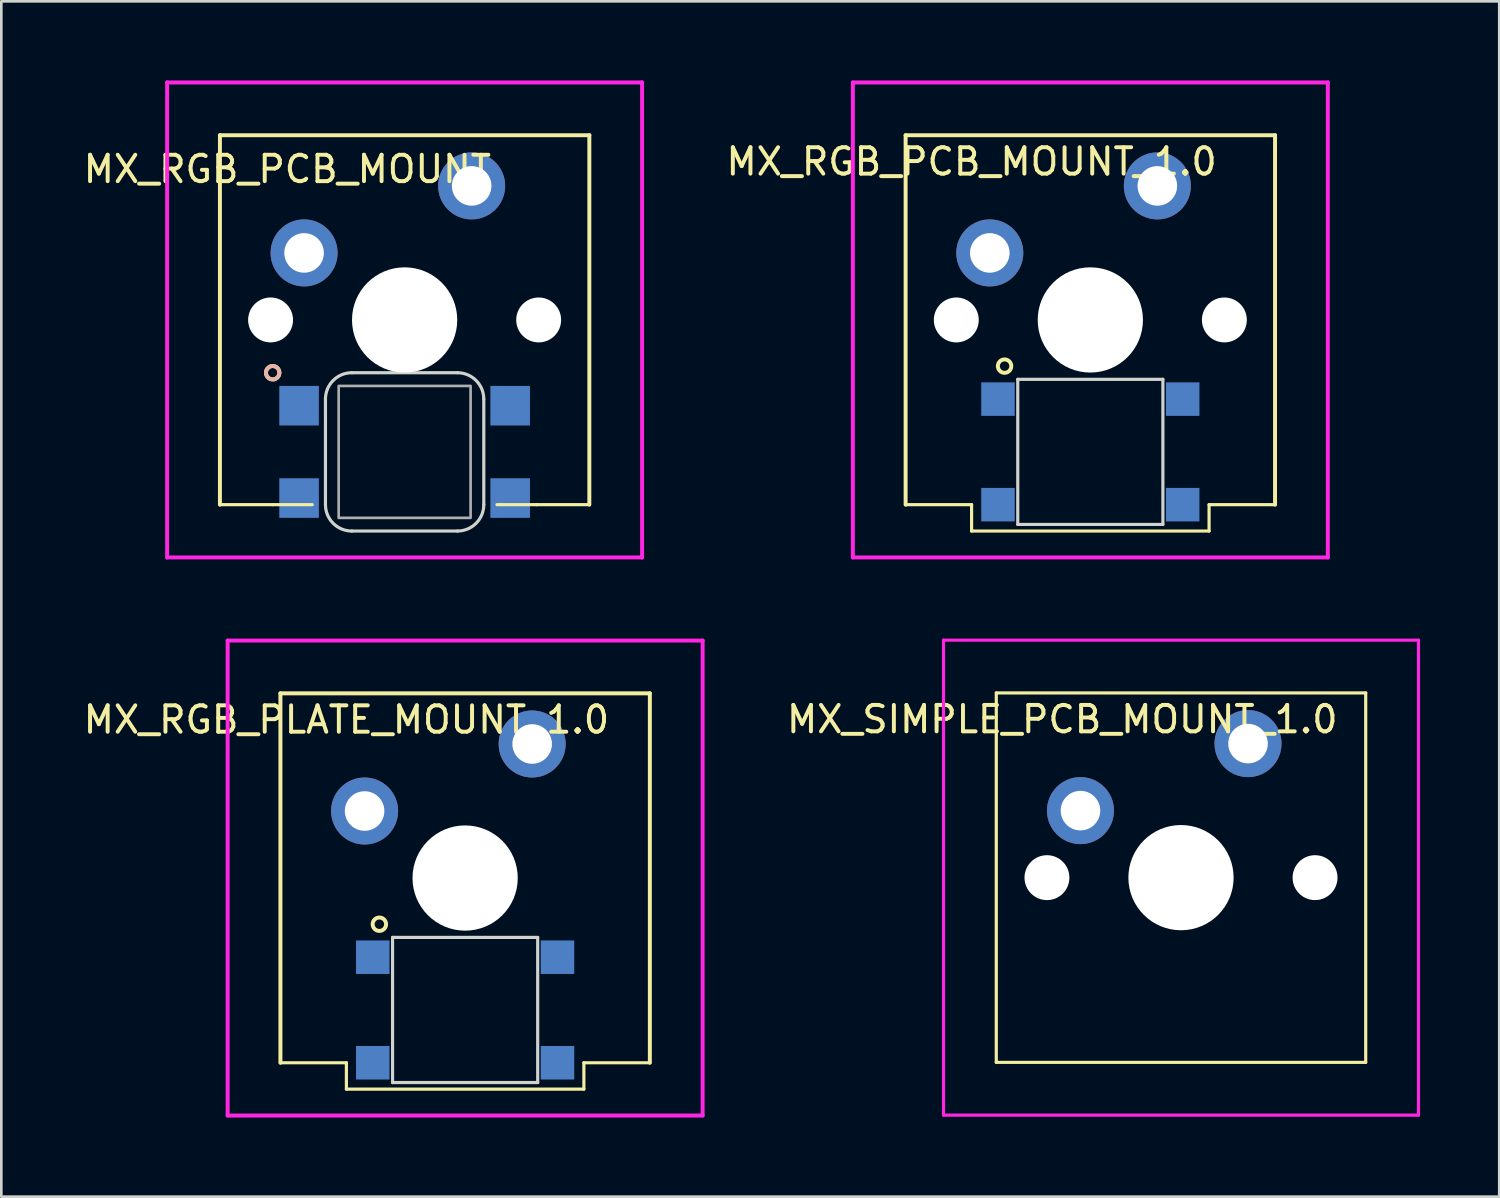
<source format=kicad_pcb>
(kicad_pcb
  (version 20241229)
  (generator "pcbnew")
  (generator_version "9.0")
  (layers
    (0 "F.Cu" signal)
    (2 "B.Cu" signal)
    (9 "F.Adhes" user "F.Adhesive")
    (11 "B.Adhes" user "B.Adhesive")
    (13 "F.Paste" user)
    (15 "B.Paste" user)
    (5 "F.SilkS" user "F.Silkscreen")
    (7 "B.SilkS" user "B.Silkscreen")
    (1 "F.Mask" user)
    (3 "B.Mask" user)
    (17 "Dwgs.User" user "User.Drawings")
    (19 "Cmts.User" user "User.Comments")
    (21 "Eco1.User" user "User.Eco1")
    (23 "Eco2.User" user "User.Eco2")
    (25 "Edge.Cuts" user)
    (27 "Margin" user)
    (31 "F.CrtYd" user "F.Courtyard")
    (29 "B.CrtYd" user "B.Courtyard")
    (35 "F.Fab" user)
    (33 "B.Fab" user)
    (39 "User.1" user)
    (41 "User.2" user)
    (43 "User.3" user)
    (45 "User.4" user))
  (footprint "MX_RGB_PCB_MOUNT_1.0"
    (layer "F.Cu")
    (at 38.27 9.075)
    (property "Reference" "MX_RGB_PCB_MOUNT_1.0" (at -4.5 -6 0) (layer "F.SilkS") (effects (font (size 1 1) (thickness 0.15))))
    (attr through_hole)
    (fp_line (start -7 -7) (end -7 7) (stroke (width 0.15) (type solid)) (layer "F.SilkS"))
    (fp_line (start -7 7) (end -4.5 7) (stroke (width 0.12) (type solid)) (layer "F.SilkS"))
    (fp_line (start -4.5 7) (end -4.5 8) (stroke (width 0.12) (type solid)) (layer "F.SilkS"))
    (fp_line (start -4.5 8) (end 4.5 8) (stroke (width 0.12) (type solid)) (layer "F.SilkS"))
    (fp_line (start 4.5 7) (end 7 7) (stroke (width 0.12) (type solid)) (layer "F.SilkS"))
    (fp_line (start 4.5 8) (end 4.5 7) (stroke (width 0.12) (type solid)) (layer "F.SilkS"))
    (fp_line (start 7 -7) (end -7 -7) (stroke (width 0.15) (type solid)) (layer "F.SilkS"))
    (fp_line (start 7 7) (end 7 -7) (stroke (width 0.15) (type solid)) (layer "F.SilkS"))
    (fp_circle (center -3.25 1.75) (end -2.996 1.75) (stroke (width 0.15) (type solid)) (fill no) (layer "F.SilkS"))
    (fp_line (start -2.75 2.25) (end 2.75 2.25) (stroke (width 0.12) (type solid)) (layer "Edge.Cuts"))
    (fp_line (start -2.75 7.75) (end -2.75 2.25) (stroke (width 0.12) (type solid)) (layer "Edge.Cuts"))
    (fp_line (start 2.75 2.25) (end 2.75 7.75) (stroke (width 0.12) (type solid)) (layer "Edge.Cuts"))
    (fp_line (start 2.75 7.75) (end -2.75 7.75) (stroke (width 0.12) (type solid)) (layer "Edge.Cuts"))
    (fp_line (start -9 -9) (end -9 9) (stroke (width 0.15) (type solid)) (layer "F.CrtYd"))
    (fp_line (start -9 9) (end 9 9) (stroke (width 0.15) (type solid)) (layer "F.CrtYd"))
    (fp_line (start 9 -9) (end -9 -9) (stroke (width 0.15) (type solid)) (layer "F.CrtYd"))
    (fp_line (start 9 9) (end 9 -9) (stroke (width 0.15) (type solid)) (layer "F.CrtYd"))
    (pad "" np_thru_hole circle (at -5.08 0) (size 1.702 1.702) (drill 1.702) (layers "*.Cu" "*.Mask"))
    (pad "" np_thru_hole circle (at 0 0) (size 3.988 3.988) (drill 3.988) (layers "*.Cu" "*.Mask"))
    (pad "" np_thru_hole circle (at 5.08 0) (size 1.702 1.702) (drill 1.702) (layers "*.Cu" "*.Mask"))
    (pad "D_IN" smd rect (at 3.5 3) (size 1.27 1.27) (layers "B.Cu" "B.Mask" "B.Paste"))
    (pad "D_OUT" smd rect (at -3.5 7) (size 1.27 1.27) (layers "B.Cu" "B.Mask" "B.Paste"))
    (pad "GND" smd rect (at -3.5 3) (size 1.27 1.27) (layers "B.Cu" "B.Mask" "B.Paste"))
    (pad "S1" thru_hole circle (at -3.81 -2.54) (size 2.54 2.54) (drill 1.499) (layers "*.Cu" "*.Mask"))
    (pad "S2" thru_hole circle (at 2.54 -5.08) (size 2.54 2.54) (drill 1.499) (layers "*.Cu" "*.Mask"))
    (pad "VCC" smd rect (at 3.5 7) (size 1.27 1.27) (layers "B.Cu" "B.Mask" "B.Paste")))
  (footprint "MX_RGB_PCB_MOUNT"
    (layer "F.Cu")
    (at 12.284 9.075)
    (property "Reference" "MX_RGB_PCB_MOUNT" (at -4.445 -5.715 0) (layer "F.SilkS") (effects (font (size 1 1) (thickness 0.15))))
    (attr through_hole)
    (fp_line (start -7 -7) (end -7 7) (stroke (width 0.15) (type solid)) (layer "F.SilkS"))
    (fp_line (start -7 7) (end -5 7) (stroke (width 0.12) (type solid)) (layer "F.SilkS"))
    (fp_line (start -5 7) (end -3.5 7) (stroke (width 0.12) (type solid)) (layer "F.SilkS"))
    (fp_line (start 5 7) (end 3.5 7) (stroke (width 0.12) (type solid)) (layer "F.SilkS"))
    (fp_line (start 5 7) (end 7 7) (stroke (width 0.12) (type solid)) (layer "F.SilkS"))
    (fp_line (start 7 -7) (end -7 -7) (stroke (width 0.15) (type solid)) (layer "F.SilkS"))
    (fp_line (start 7 7) (end 7 -7) (stroke (width 0.15) (type solid)) (layer "F.SilkS"))
    (fp_circle (center -5 2) (end -4.746 2) (stroke (width 0.15) (type solid)) (fill no) (layer "F.SilkS"))
    (fp_circle (center -5 2) (end -4.746 2) (stroke (width 0.15) (type solid)) (fill no) (layer "B.SilkS"))
    (fp_line (start -3 3) (end -3 7) (stroke (width 0.12) (type solid)) (layer "Edge.Cuts"))
    (fp_line (start -2 8) (end 2 8) (stroke (width 0.12) (type solid)) (layer "Edge.Cuts"))
    (fp_line (start 2 2) (end -2 2) (stroke (width 0.12) (type solid)) (layer "Edge.Cuts"))
    (fp_line (start 3 3) (end 3 7) (stroke (width 0.12) (type solid)) (layer "Edge.Cuts"))
    (fp_arc (start -3 3) (mid -2.707107 2.292893) (end -2 2) (stroke (width 0.12) (type solid)) (layer "Edge.Cuts"))
    (fp_arc (start -2 8) (mid -2.707107 7.707107) (end -3 7) (stroke (width 0.12) (type solid)) (layer "Edge.Cuts"))
    (fp_arc (start 2 2) (mid 2.707107 2.292893) (end 3 3) (stroke (width 0.12) (type solid)) (layer "Edge.Cuts"))
    (fp_arc (start 3 7) (mid 2.707107 7.707107) (end 2 8) (stroke (width 0.12) (type solid)) (layer "Edge.Cuts"))
    (fp_line (start -9 -9) (end -9 9) (stroke (width 0.15) (type solid)) (layer "F.CrtYd"))
    (fp_line (start -9 9) (end 9 9) (stroke (width 0.15) (type solid)) (layer "F.CrtYd"))
    (fp_line (start 9 -9) (end -9 -9) (stroke (width 0.15) (type solid)) (layer "F.CrtYd"))
    (fp_line (start 9 9) (end 9 -9) (stroke (width 0.15) (type solid)) (layer "F.CrtYd"))
    (fp_poly (pts (xy 2.5 7.5) (xy -2.5 7.5) (xy -2.5 2.5) (xy 2.5 2.5)) (stroke (width 0.1) (type solid)) (fill no) (layer "F.Fab"))
    (pad "" np_thru_hole circle (at -5.08 0) (size 1.702 1.702) (drill 1.702) (layers "*.Cu" "*.Mask"))
    (pad "" np_thru_hole circle (at 0 0) (size 3.988 3.988) (drill 3.988) (layers "*.Cu" "*.Mask"))
    (pad "" np_thru_hole circle (at 5.08 0) (size 1.702 1.702) (drill 1.702) (layers "*.Cu" "*.Mask"))
    (pad "D_IN" smd rect (at 4 3.25) (size 1.5 1.5) (layers "B.Cu" "B.Mask" "B.Paste"))
    (pad "D_OUT" smd rect (at -4 6.75) (size 1.5 1.5) (layers "B.Cu" "B.Mask" "B.Paste"))
    (pad "GND" smd rect (at -4 3.25) (size 1.5 1.5) (layers "B.Cu" "B.Mask" "B.Paste"))
    (pad "S1" thru_hole circle (at -3.81 -2.54) (size 2.54 2.54) (drill 1.499) (layers "*.Cu" "*.Mask"))
    (pad "S2" thru_hole circle (at 2.54 -5.08) (size 2.54 2.54) (drill 1.499) (layers "*.Cu" "*.Mask"))
    (pad "VCC" smd rect (at 4 6.75) (size 1.5 1.5) (layers "B.Cu" "B.Mask" "B.Paste")))
  (footprint "MX_RGB_PLATE_MOUNT_1.0"
    (layer "F.Cu")
    (at 14.577 30.225)
    (property "Reference" "MX_RGB_PLATE_MOUNT_1.0" (at -4.5 -6 0) (layer "F.SilkS") (effects (font (size 1 1) (thickness 0.15))))
    (attr through_hole)
    (fp_line (start -7 -7) (end -7 7) (stroke (width 0.15) (type solid)) (layer "F.SilkS"))
    (fp_line (start -7 7) (end -4.5 7) (stroke (width 0.12) (type solid)) (layer "F.SilkS"))
    (fp_line (start -4.5 7) (end -4.5 8) (stroke (width 0.12) (type solid)) (layer "F.SilkS"))
    (fp_line (start -4.5 8) (end 4.5 8) (stroke (width 0.12) (type solid)) (layer "F.SilkS"))
    (fp_line (start 4.5 7) (end 7 7) (stroke (width 0.12) (type solid)) (layer "F.SilkS"))
    (fp_line (start 4.5 8) (end 4.5 7) (stroke (width 0.12) (type solid)) (layer "F.SilkS"))
    (fp_line (start 7 -7) (end -7 -7) (stroke (width 0.15) (type solid)) (layer "F.SilkS"))
    (fp_line (start 7 7) (end 7 -7) (stroke (width 0.15) (type solid)) (layer "F.SilkS"))
    (fp_circle (center -3.25 1.75) (end -2.996 1.75) (stroke (width 0.15) (type solid)) (fill no) (layer "F.SilkS"))
    (fp_line (start -2.75 2.25) (end 2.75 2.25) (stroke (width 0.12) (type solid)) (layer "Edge.Cuts"))
    (fp_line (start -2.75 7.75) (end -2.75 2.25) (stroke (width 0.12) (type solid)) (layer "Edge.Cuts"))
    (fp_line (start 2.75 2.25) (end 2.75 7.75) (stroke (width 0.12) (type solid)) (layer "Edge.Cuts"))
    (fp_line (start 2.75 7.75) (end -2.75 7.75) (stroke (width 0.12) (type solid)) (layer "Edge.Cuts"))
    (fp_line (start -9 -9) (end -9 9) (stroke (width 0.15) (type solid)) (layer "F.CrtYd"))
    (fp_line (start -9 9) (end 9 9) (stroke (width 0.15) (type solid)) (layer "F.CrtYd"))
    (fp_line (start 9 -9) (end -9 -9) (stroke (width 0.15) (type solid)) (layer "F.CrtYd"))
    (fp_line (start 9 9) (end 9 -9) (stroke (width 0.15) (type solid)) (layer "F.CrtYd"))
    (pad "" np_thru_hole circle (at 0 0) (size 3.988 3.988) (drill 3.988) (layers "*.Cu" "*.Mask"))
    (pad "D_IN" smd rect (at 3.5 3) (size 1.27 1.27) (layers "B.Cu" "B.Mask" "B.Paste"))
    (pad "D_OUT" smd rect (at -3.5 7) (size 1.27 1.27) (layers "B.Cu" "B.Mask" "B.Paste"))
    (pad "GND" smd rect (at -3.5 3) (size 1.27 1.27) (layers "B.Cu" "B.Mask" "B.Paste"))
    (pad "S1" thru_hole circle (at -3.81 -2.54) (size 2.54 2.54) (drill 1.499) (layers "*.Cu" "*.Mask"))
    (pad "S2" thru_hole circle (at 2.54 -5.08) (size 2.54 2.54) (drill 1.499) (layers "*.Cu" "*.Mask"))
    (pad "VCC" smd rect (at 3.5 7) (size 1.27 1.27) (layers "B.Cu" "B.Mask" "B.Paste")))
  (footprint "MX_SIMPLE_PCB_MOUNT_1.0"
    (layer "F.Cu")
    (at 41.706 30.21)
    (property "Reference" "MX_SIMPLE_PCB_MOUNT_1.0" (at -4.5 -6 0) (layer "F.SilkS") (effects (font (size 1 1) (thickness 0.15))))
    (attr through_hole)
    (fp_line (start -7 -7) (end 7 -7) (stroke (width 0.12) (type solid)) (layer "F.SilkS"))
    (fp_line (start -7 7) (end -7 -7) (stroke (width 0.12) (type solid)) (layer "F.SilkS"))
    (fp_line (start 7 -7) (end 7 7) (stroke (width 0.12) (type solid)) (layer "F.SilkS"))
    (fp_line (start 7 7) (end -7 7) (stroke (width 0.12) (type solid)) (layer "F.SilkS"))
    (fp_line (start -9 -9) (end -9 9) (stroke (width 0.12) (type solid)) (layer "F.CrtYd"))
    (fp_line (start -9 9) (end 9 9) (stroke (width 0.12) (type solid)) (layer "F.CrtYd"))
    (fp_line (start 9 -9) (end -9 -9) (stroke (width 0.12) (type solid)) (layer "F.CrtYd"))
    (fp_line (start 9 9) (end 9 -9) (stroke (width 0.12) (type solid)) (layer "F.CrtYd"))
    (pad "" np_thru_hole circle (at -5.08 0) (size 1.702 1.702) (drill 1.702) (layers "*.Cu" "*.Mask"))
    (pad "" np_thru_hole circle (at 0 0) (size 3.988 3.988) (drill 3.988) (layers "*.Cu" "*.Mask"))
    (pad "" np_thru_hole circle (at 5.08 0) (size 1.702 1.702) (drill 1.702) (layers "*.Cu" "*.Mask"))
    (pad "S1" thru_hole circle (at -3.81 -2.54) (size 2.54 2.54) (drill 1.499) (layers "*.Cu" "*.Mask"))
    (pad "S2" thru_hole circle (at 2.54 -5.08) (size 2.54 2.54) (drill 1.499) (layers "*.Cu" "*.Mask")))
  (gr_rect
    (start -3 -3)
    (end 53.766 42.3)
    (stroke (width 0.1) (type default))
    (fill no)
    (layer "Edge.Cuts")))
</source>
